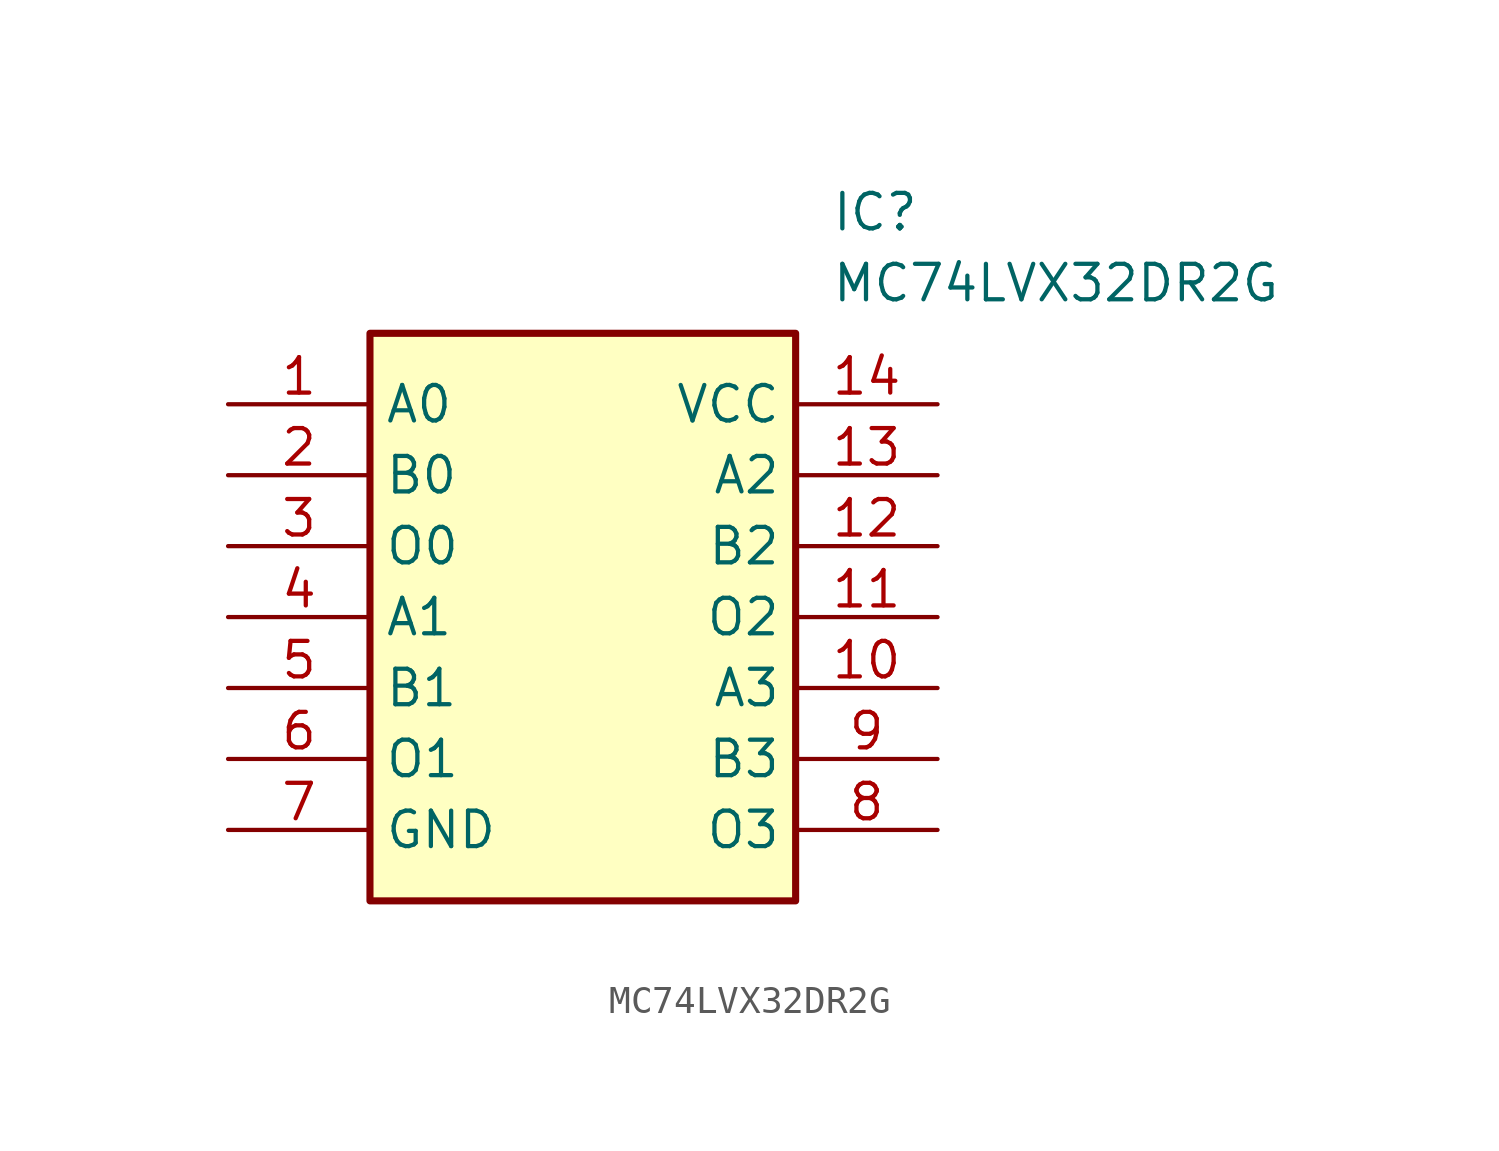
<source format=kicad_sym>
(kicad_symbol_lib
  (version 20211014)
  (generator SamacSys_ECAD_Model)
  (symbol "MC74LVX32DR2G"
    (property "Reference" "IC"
      (at 21.59 7.62 0)
      (effects (font (size 1.27 1.27)) (justify left top)))
    (property "Value" "MC74LVX32DR2G"
      (at 21.59 5.08 0)
      (effects (font (size 1.27 1.27)) (justify left top)))
    (rectangle
      (start 5.08 2.54)
      (end 20.32 -17.78)
      (stroke (width 0.254) (type default))
      (fill (type background)))
    (pin passive line
      (at 0 0 0)
      (length 5.08)
      (name "A0" (effects (font (size 1.27 1.27))))
      (number "1" (effects (font (size 1.27 1.27)))))
    (pin passive line
      (at 0 -2.54 0)
      (length 5.08)
      (name "B0" (effects (font (size 1.27 1.27))))
      (number "2" (effects (font (size 1.27 1.27)))))
    (pin passive line
      (at 0 -5.08 0)
      (length 5.08)
      (name "O0" (effects (font (size 1.27 1.27))))
      (number "3" (effects (font (size 1.27 1.27)))))
    (pin passive line
      (at 0 -7.62 0)
      (length 5.08)
      (name "A1" (effects (font (size 1.27 1.27))))
      (number "4" (effects (font (size 1.27 1.27)))))
    (pin passive line
      (at 0 -10.16 0)
      (length 5.08)
      (name "B1" (effects (font (size 1.27 1.27))))
      (number "5" (effects (font (size 1.27 1.27)))))
    (pin passive line
      (at 0 -12.7 0)
      (length 5.08)
      (name "O1" (effects (font (size 1.27 1.27))))
      (number "6" (effects (font (size 1.27 1.27)))))
    (pin passive line
      (at 0 -15.24 0)
      (length 5.08)
      (name "GND" (effects (font (size 1.27 1.27))))
      (number "7" (effects (font (size 1.27 1.27)))))
    (pin passive line
      (at 25.4 0 180)
      (length 5.08)
      (name "VCC" (effects (font (size 1.27 1.27))))
      (number "14" (effects (font (size 1.27 1.27)))))
    (pin passive line
      (at 25.4 -2.54 180)
      (length 5.08)
      (name "A2" (effects (font (size 1.27 1.27))))
      (number "13" (effects (font (size 1.27 1.27)))))
    (pin passive line
      (at 25.4 -5.08 180)
      (length 5.08)
      (name "B2" (effects (font (size 1.27 1.27))))
      (number "12" (effects (font (size 1.27 1.27)))))
    (pin passive line
      (at 25.4 -7.62 180)
      (length 5.08)
      (name "O2" (effects (font (size 1.27 1.27))))
      (number "11" (effects (font (size 1.27 1.27)))))
    (pin passive line
      (at 25.4 -10.16 180)
      (length 5.08)
      (name "A3" (effects (font (size 1.27 1.27))))
      (number "10" (effects (font (size 1.27 1.27)))))
    (pin passive line
      (at 25.4 -12.7 180)
      (length 5.08)
      (name "B3" (effects (font (size 1.27 1.27))))
      (number "9" (effects (font (size 1.27 1.27)))))
    (pin passive line
      (at 25.4 -15.24 180)
      (length 5.08)
      (name "O3" (effects (font (size 1.27 1.27))))
      (number "8" (effects (font (size 1.27 1.27)))))))
</source>
